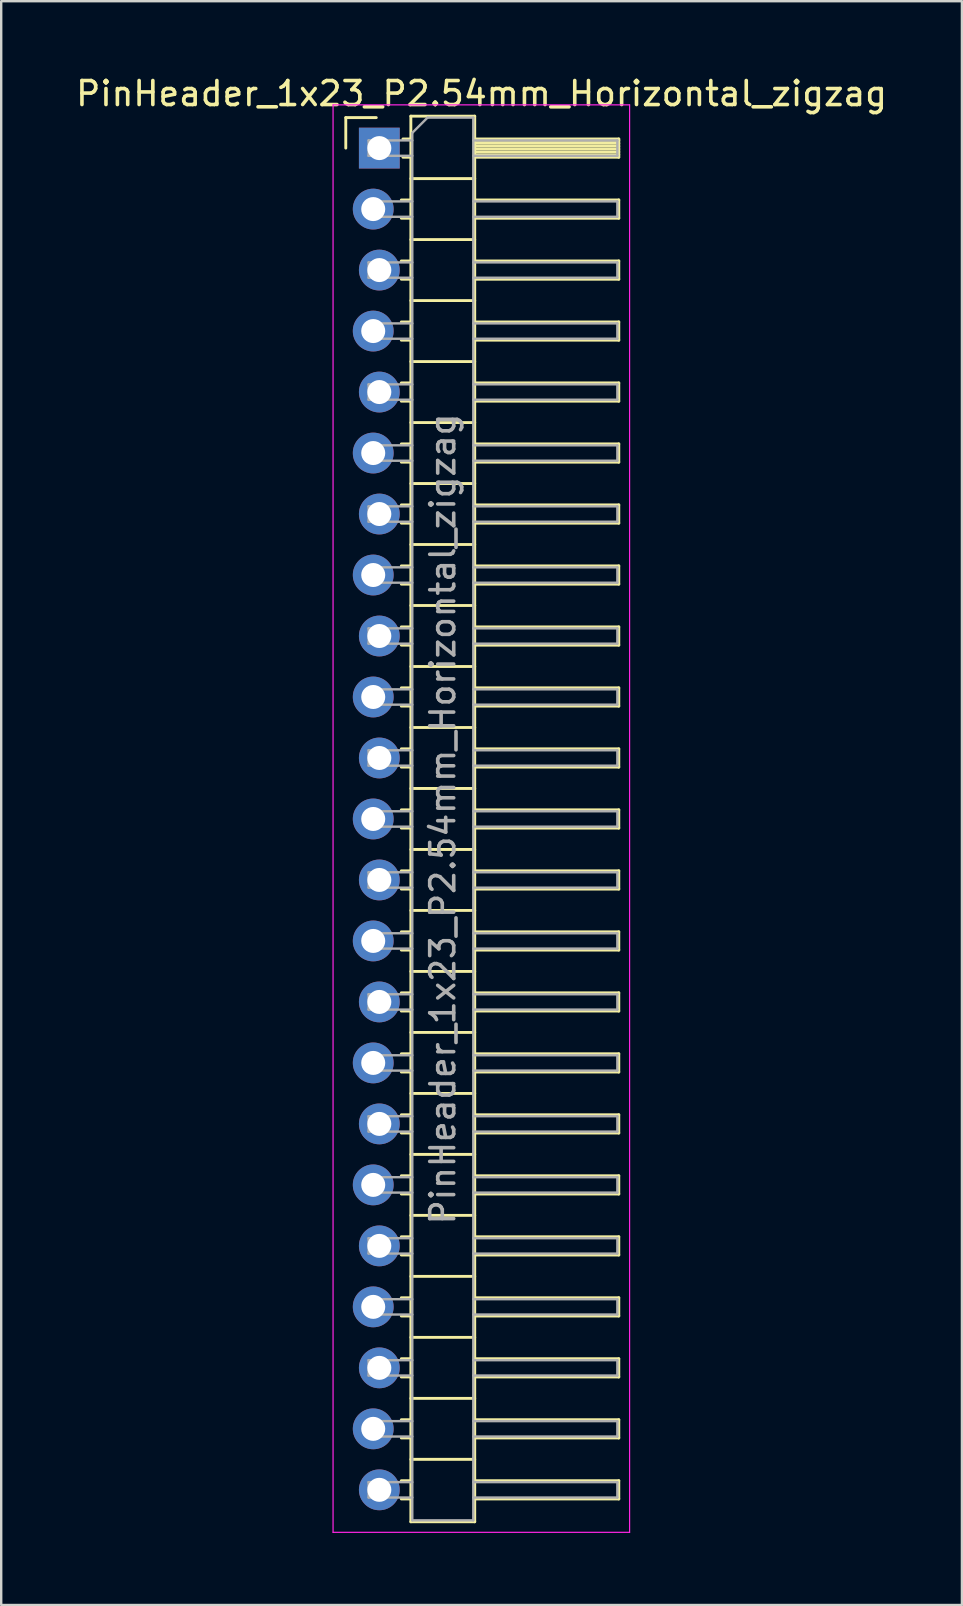
<source format=kicad_pcb>
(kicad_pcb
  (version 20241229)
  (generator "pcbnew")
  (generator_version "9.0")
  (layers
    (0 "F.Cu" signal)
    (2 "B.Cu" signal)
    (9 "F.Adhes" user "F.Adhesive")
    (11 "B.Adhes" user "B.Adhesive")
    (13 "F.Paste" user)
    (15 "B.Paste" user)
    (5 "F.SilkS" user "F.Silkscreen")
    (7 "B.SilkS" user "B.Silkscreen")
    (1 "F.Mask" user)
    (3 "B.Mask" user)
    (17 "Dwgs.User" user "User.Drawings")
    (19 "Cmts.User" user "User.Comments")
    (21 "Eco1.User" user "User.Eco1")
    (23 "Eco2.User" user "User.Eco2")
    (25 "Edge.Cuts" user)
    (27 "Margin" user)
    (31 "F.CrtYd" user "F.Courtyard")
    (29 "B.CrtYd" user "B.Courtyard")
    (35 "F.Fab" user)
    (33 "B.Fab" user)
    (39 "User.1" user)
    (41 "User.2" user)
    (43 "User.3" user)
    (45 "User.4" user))
  (footprint "PinHeader_1x23_P2.54mm_Horizontal_zigzag"
    (layer "F.Cu")
    (at 12.621 3.118)
    (property "Reference" "PinHeader_1x23_P2.54mm_Horizontal_zigzag" (at 4.385 -2.27 0) (layer "F.SilkS") (effects (font (size 1 1) (thickness 0.15))))
    (attr through_hole)
    (fp_line (start -1.27 -1.27) (end 0 -1.27) (stroke (width 0.12) (type solid)) (layer "F.SilkS"))
    (fp_line (start -1.27 0) (end -1.27 -1.27) (stroke (width 0.12) (type solid)) (layer "F.SilkS"))
    (fp_line (start 1.043 2.16) (end 1.44 2.16) (stroke (width 0.12) (type solid)) (layer "F.SilkS"))
    (fp_line (start 1.043 2.92) (end 1.44 2.92) (stroke (width 0.12) (type solid)) (layer "F.SilkS"))
    (fp_line (start 1.043 4.7) (end 1.44 4.7) (stroke (width 0.12) (type solid)) (layer "F.SilkS"))
    (fp_line (start 1.043 5.46) (end 1.44 5.46) (stroke (width 0.12) (type solid)) (layer "F.SilkS"))
    (fp_line (start 1.043 7.24) (end 1.44 7.24) (stroke (width 0.12) (type solid)) (layer "F.SilkS"))
    (fp_line (start 1.043 8) (end 1.44 8) (stroke (width 0.12) (type solid)) (layer "F.SilkS"))
    (fp_line (start 1.043 9.78) (end 1.44 9.78) (stroke (width 0.12) (type solid)) (layer "F.SilkS"))
    (fp_line (start 1.043 10.54) (end 1.44 10.54) (stroke (width 0.12) (type solid)) (layer "F.SilkS"))
    (fp_line (start 1.043 12.32) (end 1.44 12.32) (stroke (width 0.12) (type solid)) (layer "F.SilkS"))
    (fp_line (start 1.043 13.08) (end 1.44 13.08) (stroke (width 0.12) (type solid)) (layer "F.SilkS"))
    (fp_line (start 1.043 14.86) (end 1.44 14.86) (stroke (width 0.12) (type solid)) (layer "F.SilkS"))
    (fp_line (start 1.043 15.62) (end 1.44 15.62) (stroke (width 0.12) (type solid)) (layer "F.SilkS"))
    (fp_line (start 1.043 17.4) (end 1.44 17.4) (stroke (width 0.12) (type solid)) (layer "F.SilkS"))
    (fp_line (start 1.043 18.16) (end 1.44 18.16) (stroke (width 0.12) (type solid)) (layer "F.SilkS"))
    (fp_line (start 1.043 19.94) (end 1.44 19.94) (stroke (width 0.12) (type solid)) (layer "F.SilkS"))
    (fp_line (start 1.043 20.7) (end 1.44 20.7) (stroke (width 0.12) (type solid)) (layer "F.SilkS"))
    (fp_line (start 1.043 22.48) (end 1.44 22.48) (stroke (width 0.12) (type solid)) (layer "F.SilkS"))
    (fp_line (start 1.043 23.24) (end 1.44 23.24) (stroke (width 0.12) (type solid)) (layer "F.SilkS"))
    (fp_line (start 1.043 25.02) (end 1.44 25.02) (stroke (width 0.12) (type solid)) (layer "F.SilkS"))
    (fp_line (start 1.043 25.78) (end 1.44 25.78) (stroke (width 0.12) (type solid)) (layer "F.SilkS"))
    (fp_line (start 1.043 27.56) (end 1.44 27.56) (stroke (width 0.12) (type solid)) (layer "F.SilkS"))
    (fp_line (start 1.043 28.32) (end 1.44 28.32) (stroke (width 0.12) (type solid)) (layer "F.SilkS"))
    (fp_line (start 1.043 30.1) (end 1.44 30.1) (stroke (width 0.12) (type solid)) (layer "F.SilkS"))
    (fp_line (start 1.043 30.86) (end 1.44 30.86) (stroke (width 0.12) (type solid)) (layer "F.SilkS"))
    (fp_line (start 1.043 32.64) (end 1.44 32.64) (stroke (width 0.12) (type solid)) (layer "F.SilkS"))
    (fp_line (start 1.043 33.4) (end 1.44 33.4) (stroke (width 0.12) (type solid)) (layer "F.SilkS"))
    (fp_line (start 1.043 35.18) (end 1.44 35.18) (stroke (width 0.12) (type solid)) (layer "F.SilkS"))
    (fp_line (start 1.043 35.94) (end 1.44 35.94) (stroke (width 0.12) (type solid)) (layer "F.SilkS"))
    (fp_line (start 1.043 37.72) (end 1.44 37.72) (stroke (width 0.12) (type solid)) (layer "F.SilkS"))
    (fp_line (start 1.043 38.48) (end 1.44 38.48) (stroke (width 0.12) (type solid)) (layer "F.SilkS"))
    (fp_line (start 1.043 40.26) (end 1.44 40.26) (stroke (width 0.12) (type solid)) (layer "F.SilkS"))
    (fp_line (start 1.043 41.02) (end 1.44 41.02) (stroke (width 0.12) (type solid)) (layer "F.SilkS"))
    (fp_line (start 1.043 42.8) (end 1.44 42.8) (stroke (width 0.12) (type solid)) (layer "F.SilkS"))
    (fp_line (start 1.043 43.56) (end 1.44 43.56) (stroke (width 0.12) (type solid)) (layer "F.SilkS"))
    (fp_line (start 1.043 45.34) (end 1.44 45.34) (stroke (width 0.12) (type solid)) (layer "F.SilkS"))
    (fp_line (start 1.043 46.1) (end 1.44 46.1) (stroke (width 0.12) (type solid)) (layer "F.SilkS"))
    (fp_line (start 1.043 47.88) (end 1.44 47.88) (stroke (width 0.12) (type solid)) (layer "F.SilkS"))
    (fp_line (start 1.043 48.64) (end 1.44 48.64) (stroke (width 0.12) (type solid)) (layer "F.SilkS"))
    (fp_line (start 1.043 50.42) (end 1.44 50.42) (stroke (width 0.12) (type solid)) (layer "F.SilkS"))
    (fp_line (start 1.043 51.18) (end 1.44 51.18) (stroke (width 0.12) (type solid)) (layer "F.SilkS"))
    (fp_line (start 1.043 52.96) (end 1.44 52.96) (stroke (width 0.12) (type solid)) (layer "F.SilkS"))
    (fp_line (start 1.043 53.72) (end 1.44 53.72) (stroke (width 0.12) (type solid)) (layer "F.SilkS"))
    (fp_line (start 1.043 55.5) (end 1.44 55.5) (stroke (width 0.12) (type solid)) (layer "F.SilkS"))
    (fp_line (start 1.043 56.26) (end 1.44 56.26) (stroke (width 0.12) (type solid)) (layer "F.SilkS"))
    (fp_line (start 1.11 -0.38) (end 1.44 -0.38) (stroke (width 0.12) (type solid)) (layer "F.SilkS"))
    (fp_line (start 1.11 0.38) (end 1.44 0.38) (stroke (width 0.12) (type solid)) (layer "F.SilkS"))
    (fp_line (start 1.44 -1.33) (end 1.44 57.21) (stroke (width 0.12) (type solid)) (layer "F.SilkS"))
    (fp_line (start 1.44 1.27) (end 4.1 1.27) (stroke (width 0.12) (type solid)) (layer "F.SilkS"))
    (fp_line (start 1.44 3.81) (end 4.1 3.81) (stroke (width 0.12) (type solid)) (layer "F.SilkS"))
    (fp_line (start 1.44 6.35) (end 4.1 6.35) (stroke (width 0.12) (type solid)) (layer "F.SilkS"))
    (fp_line (start 1.44 8.89) (end 4.1 8.89) (stroke (width 0.12) (type solid)) (layer "F.SilkS"))
    (fp_line (start 1.44 11.43) (end 4.1 11.43) (stroke (width 0.12) (type solid)) (layer "F.SilkS"))
    (fp_line (start 1.44 13.97) (end 4.1 13.97) (stroke (width 0.12) (type solid)) (layer "F.SilkS"))
    (fp_line (start 1.44 16.51) (end 4.1 16.51) (stroke (width 0.12) (type solid)) (layer "F.SilkS"))
    (fp_line (start 1.44 19.05) (end 4.1 19.05) (stroke (width 0.12) (type solid)) (layer "F.SilkS"))
    (fp_line (start 1.44 21.59) (end 4.1 21.59) (stroke (width 0.12) (type solid)) (layer "F.SilkS"))
    (fp_line (start 1.44 24.13) (end 4.1 24.13) (stroke (width 0.12) (type solid)) (layer "F.SilkS"))
    (fp_line (start 1.44 26.67) (end 4.1 26.67) (stroke (width 0.12) (type solid)) (layer "F.SilkS"))
    (fp_line (start 1.44 29.21) (end 4.1 29.21) (stroke (width 0.12) (type solid)) (layer "F.SilkS"))
    (fp_line (start 1.44 31.75) (end 4.1 31.75) (stroke (width 0.12) (type solid)) (layer "F.SilkS"))
    (fp_line (start 1.44 34.29) (end 4.1 34.29) (stroke (width 0.12) (type solid)) (layer "F.SilkS"))
    (fp_line (start 1.44 36.83) (end 4.1 36.83) (stroke (width 0.12) (type solid)) (layer "F.SilkS"))
    (fp_line (start 1.44 39.37) (end 4.1 39.37) (stroke (width 0.12) (type solid)) (layer "F.SilkS"))
    (fp_line (start 1.44 41.91) (end 4.1 41.91) (stroke (width 0.12) (type solid)) (layer "F.SilkS"))
    (fp_line (start 1.44 44.45) (end 4.1 44.45) (stroke (width 0.12) (type solid)) (layer "F.SilkS"))
    (fp_line (start 1.44 46.99) (end 4.1 46.99) (stroke (width 0.12) (type solid)) (layer "F.SilkS"))
    (fp_line (start 1.44 49.53) (end 4.1 49.53) (stroke (width 0.12) (type solid)) (layer "F.SilkS"))
    (fp_line (start 1.44 52.07) (end 4.1 52.07) (stroke (width 0.12) (type solid)) (layer "F.SilkS"))
    (fp_line (start 1.44 54.61) (end 4.1 54.61) (stroke (width 0.12) (type solid)) (layer "F.SilkS"))
    (fp_line (start 1.44 57.21) (end 4.1 57.21) (stroke (width 0.12) (type solid)) (layer "F.SilkS"))
    (fp_line (start 4.1 -1.33) (end 1.44 -1.33) (stroke (width 0.12) (type solid)) (layer "F.SilkS"))
    (fp_line (start 4.1 -0.38) (end 10.1 -0.38) (stroke (width 0.12) (type solid)) (layer "F.SilkS"))
    (fp_line (start 4.1 -0.32) (end 10.1 -0.32) (stroke (width 0.12) (type solid)) (layer "F.SilkS"))
    (fp_line (start 4.1 -0.2) (end 10.1 -0.2) (stroke (width 0.12) (type solid)) (layer "F.SilkS"))
    (fp_line (start 4.1 -0.08) (end 10.1 -0.08) (stroke (width 0.12) (type solid)) (layer "F.SilkS"))
    (fp_line (start 4.1 0.04) (end 10.1 0.04) (stroke (width 0.12) (type solid)) (layer "F.SilkS"))
    (fp_line (start 4.1 0.16) (end 10.1 0.16) (stroke (width 0.12) (type solid)) (layer "F.SilkS"))
    (fp_line (start 4.1 0.28) (end 10.1 0.28) (stroke (width 0.12) (type solid)) (layer "F.SilkS"))
    (fp_line (start 4.1 2.16) (end 10.1 2.16) (stroke (width 0.12) (type solid)) (layer "F.SilkS"))
    (fp_line (start 4.1 4.7) (end 10.1 4.7) (stroke (width 0.12) (type solid)) (layer "F.SilkS"))
    (fp_line (start 4.1 7.24) (end 10.1 7.24) (stroke (width 0.12) (type solid)) (layer "F.SilkS"))
    (fp_line (start 4.1 9.78) (end 10.1 9.78) (stroke (width 0.12) (type solid)) (layer "F.SilkS"))
    (fp_line (start 4.1 12.32) (end 10.1 12.32) (stroke (width 0.12) (type solid)) (layer "F.SilkS"))
    (fp_line (start 4.1 14.86) (end 10.1 14.86) (stroke (width 0.12) (type solid)) (layer "F.SilkS"))
    (fp_line (start 4.1 17.4) (end 10.1 17.4) (stroke (width 0.12) (type solid)) (layer "F.SilkS"))
    (fp_line (start 4.1 19.94) (end 10.1 19.94) (stroke (width 0.12) (type solid)) (layer "F.SilkS"))
    (fp_line (start 4.1 22.48) (end 10.1 22.48) (stroke (width 0.12) (type solid)) (layer "F.SilkS"))
    (fp_line (start 4.1 25.02) (end 10.1 25.02) (stroke (width 0.12) (type solid)) (layer "F.SilkS"))
    (fp_line (start 4.1 27.56) (end 10.1 27.56) (stroke (width 0.12) (type solid)) (layer "F.SilkS"))
    (fp_line (start 4.1 30.1) (end 10.1 30.1) (stroke (width 0.12) (type solid)) (layer "F.SilkS"))
    (fp_line (start 4.1 32.64) (end 10.1 32.64) (stroke (width 0.12) (type solid)) (layer "F.SilkS"))
    (fp_line (start 4.1 35.18) (end 10.1 35.18) (stroke (width 0.12) (type solid)) (layer "F.SilkS"))
    (fp_line (start 4.1 37.72) (end 10.1 37.72) (stroke (width 0.12) (type solid)) (layer "F.SilkS"))
    (fp_line (start 4.1 40.26) (end 10.1 40.26) (stroke (width 0.12) (type solid)) (layer "F.SilkS"))
    (fp_line (start 4.1 42.8) (end 10.1 42.8) (stroke (width 0.12) (type solid)) (layer "F.SilkS"))
    (fp_line (start 4.1 45.34) (end 10.1 45.34) (stroke (width 0.12) (type solid)) (layer "F.SilkS"))
    (fp_line (start 4.1 47.88) (end 10.1 47.88) (stroke (width 0.12) (type solid)) (layer "F.SilkS"))
    (fp_line (start 4.1 50.42) (end 10.1 50.42) (stroke (width 0.12) (type solid)) (layer "F.SilkS"))
    (fp_line (start 4.1 52.96) (end 10.1 52.96) (stroke (width 0.12) (type solid)) (layer "F.SilkS"))
    (fp_line (start 4.1 55.5) (end 10.1 55.5) (stroke (width 0.12) (type solid)) (layer "F.SilkS"))
    (fp_line (start 4.1 57.21) (end 4.1 -1.33) (stroke (width 0.12) (type solid)) (layer "F.SilkS"))
    (fp_line (start 10.1 -0.38) (end 10.1 0.38) (stroke (width 0.12) (type solid)) (layer "F.SilkS"))
    (fp_line (start 10.1 0.38) (end 4.1 0.38) (stroke (width 0.12) (type solid)) (layer "F.SilkS"))
    (fp_line (start 10.1 2.16) (end 10.1 2.92) (stroke (width 0.12) (type solid)) (layer "F.SilkS"))
    (fp_line (start 10.1 2.92) (end 4.1 2.92) (stroke (width 0.12) (type solid)) (layer "F.SilkS"))
    (fp_line (start 10.1 4.7) (end 10.1 5.46) (stroke (width 0.12) (type solid)) (layer "F.SilkS"))
    (fp_line (start 10.1 5.46) (end 4.1 5.46) (stroke (width 0.12) (type solid)) (layer "F.SilkS"))
    (fp_line (start 10.1 7.24) (end 10.1 8) (stroke (width 0.12) (type solid)) (layer "F.SilkS"))
    (fp_line (start 10.1 8) (end 4.1 8) (stroke (width 0.12) (type solid)) (layer "F.SilkS"))
    (fp_line (start 10.1 9.78) (end 10.1 10.54) (stroke (width 0.12) (type solid)) (layer "F.SilkS"))
    (fp_line (start 10.1 10.54) (end 4.1 10.54) (stroke (width 0.12) (type solid)) (layer "F.SilkS"))
    (fp_line (start 10.1 12.32) (end 10.1 13.08) (stroke (width 0.12) (type solid)) (layer "F.SilkS"))
    (fp_line (start 10.1 13.08) (end 4.1 13.08) (stroke (width 0.12) (type solid)) (layer "F.SilkS"))
    (fp_line (start 10.1 14.86) (end 10.1 15.62) (stroke (width 0.12) (type solid)) (layer "F.SilkS"))
    (fp_line (start 10.1 15.62) (end 4.1 15.62) (stroke (width 0.12) (type solid)) (layer "F.SilkS"))
    (fp_line (start 10.1 17.4) (end 10.1 18.16) (stroke (width 0.12) (type solid)) (layer "F.SilkS"))
    (fp_line (start 10.1 18.16) (end 4.1 18.16) (stroke (width 0.12) (type solid)) (layer "F.SilkS"))
    (fp_line (start 10.1 19.94) (end 10.1 20.7) (stroke (width 0.12) (type solid)) (layer "F.SilkS"))
    (fp_line (start 10.1 20.7) (end 4.1 20.7) (stroke (width 0.12) (type solid)) (layer "F.SilkS"))
    (fp_line (start 10.1 22.48) (end 10.1 23.24) (stroke (width 0.12) (type solid)) (layer "F.SilkS"))
    (fp_line (start 10.1 23.24) (end 4.1 23.24) (stroke (width 0.12) (type solid)) (layer "F.SilkS"))
    (fp_line (start 10.1 25.02) (end 10.1 25.78) (stroke (width 0.12) (type solid)) (layer "F.SilkS"))
    (fp_line (start 10.1 25.78) (end 4.1 25.78) (stroke (width 0.12) (type solid)) (layer "F.SilkS"))
    (fp_line (start 10.1 27.56) (end 10.1 28.32) (stroke (width 0.12) (type solid)) (layer "F.SilkS"))
    (fp_line (start 10.1 28.32) (end 4.1 28.32) (stroke (width 0.12) (type solid)) (layer "F.SilkS"))
    (fp_line (start 10.1 30.1) (end 10.1 30.86) (stroke (width 0.12) (type solid)) (layer "F.SilkS"))
    (fp_line (start 10.1 30.86) (end 4.1 30.86) (stroke (width 0.12) (type solid)) (layer "F.SilkS"))
    (fp_line (start 10.1 32.64) (end 10.1 33.4) (stroke (width 0.12) (type solid)) (layer "F.SilkS"))
    (fp_line (start 10.1 33.4) (end 4.1 33.4) (stroke (width 0.12) (type solid)) (layer "F.SilkS"))
    (fp_line (start 10.1 35.18) (end 10.1 35.94) (stroke (width 0.12) (type solid)) (layer "F.SilkS"))
    (fp_line (start 10.1 35.94) (end 4.1 35.94) (stroke (width 0.12) (type solid)) (layer "F.SilkS"))
    (fp_line (start 10.1 37.72) (end 10.1 38.48) (stroke (width 0.12) (type solid)) (layer "F.SilkS"))
    (fp_line (start 10.1 38.48) (end 4.1 38.48) (stroke (width 0.12) (type solid)) (layer "F.SilkS"))
    (fp_line (start 10.1 40.26) (end 10.1 41.02) (stroke (width 0.12) (type solid)) (layer "F.SilkS"))
    (fp_line (start 10.1 41.02) (end 4.1 41.02) (stroke (width 0.12) (type solid)) (layer "F.SilkS"))
    (fp_line (start 10.1 42.8) (end 10.1 43.56) (stroke (width 0.12) (type solid)) (layer "F.SilkS"))
    (fp_line (start 10.1 43.56) (end 4.1 43.56) (stroke (width 0.12) (type solid)) (layer "F.SilkS"))
    (fp_line (start 10.1 45.34) (end 10.1 46.1) (stroke (width 0.12) (type solid)) (layer "F.SilkS"))
    (fp_line (start 10.1 46.1) (end 4.1 46.1) (stroke (width 0.12) (type solid)) (layer "F.SilkS"))
    (fp_line (start 10.1 47.88) (end 10.1 48.64) (stroke (width 0.12) (type solid)) (layer "F.SilkS"))
    (fp_line (start 10.1 48.64) (end 4.1 48.64) (stroke (width 0.12) (type solid)) (layer "F.SilkS"))
    (fp_line (start 10.1 50.42) (end 10.1 51.18) (stroke (width 0.12) (type solid)) (layer "F.SilkS"))
    (fp_line (start 10.1 51.18) (end 4.1 51.18) (stroke (width 0.12) (type solid)) (layer "F.SilkS"))
    (fp_line (start 10.1 52.96) (end 10.1 53.72) (stroke (width 0.12) (type solid)) (layer "F.SilkS"))
    (fp_line (start 10.1 53.72) (end 4.1 53.72) (stroke (width 0.12) (type solid)) (layer "F.SilkS"))
    (fp_line (start 10.1 55.5) (end 10.1 56.26) (stroke (width 0.12) (type solid)) (layer "F.SilkS"))
    (fp_line (start 10.1 56.26) (end 4.1 56.26) (stroke (width 0.12) (type solid)) (layer "F.SilkS"))
    (fp_line (start -1.8 -1.8) (end -1.8 57.65) (stroke (width 0.05) (type solid)) (layer "F.CrtYd"))
    (fp_line (start -1.8 57.65) (end 10.55 57.65) (stroke (width 0.05) (type solid)) (layer "F.CrtYd"))
    (fp_line (start 10.55 -1.8) (end -1.8 -1.8) (stroke (width 0.05) (type solid)) (layer "F.CrtYd"))
    (fp_line (start 10.55 57.65) (end 10.55 -1.8) (stroke (width 0.05) (type solid)) (layer "F.CrtYd"))
    (fp_line (start -0.32 -0.32) (end -0.32 0.32) (stroke (width 0.1) (type solid)) (layer "F.Fab"))
    (fp_line (start -0.32 -0.32) (end 1.5 -0.32) (stroke (width 0.1) (type solid)) (layer "F.Fab"))
    (fp_line (start -0.32 0.32) (end 1.5 0.32) (stroke (width 0.1) (type solid)) (layer "F.Fab"))
    (fp_line (start -0.32 2.22) (end -0.32 2.86) (stroke (width 0.1) (type solid)) (layer "F.Fab"))
    (fp_line (start -0.32 2.22) (end 1.5 2.22) (stroke (width 0.1) (type solid)) (layer "F.Fab"))
    (fp_line (start -0.32 2.86) (end 1.5 2.86) (stroke (width 0.1) (type solid)) (layer "F.Fab"))
    (fp_line (start -0.32 4.76) (end -0.32 5.4) (stroke (width 0.1) (type solid)) (layer "F.Fab"))
    (fp_line (start -0.32 4.76) (end 1.5 4.76) (stroke (width 0.1) (type solid)) (layer "F.Fab"))
    (fp_line (start -0.32 5.4) (end 1.5 5.4) (stroke (width 0.1) (type solid)) (layer "F.Fab"))
    (fp_line (start -0.32 7.3) (end -0.32 7.94) (stroke (width 0.1) (type solid)) (layer "F.Fab"))
    (fp_line (start -0.32 7.3) (end 1.5 7.3) (stroke (width 0.1) (type solid)) (layer "F.Fab"))
    (fp_line (start -0.32 7.94) (end 1.5 7.94) (stroke (width 0.1) (type solid)) (layer "F.Fab"))
    (fp_line (start -0.32 9.84) (end -0.32 10.48) (stroke (width 0.1) (type solid)) (layer "F.Fab"))
    (fp_line (start -0.32 9.84) (end 1.5 9.84) (stroke (width 0.1) (type solid)) (layer "F.Fab"))
    (fp_line (start -0.32 10.48) (end 1.5 10.48) (stroke (width 0.1) (type solid)) (layer "F.Fab"))
    (fp_line (start -0.32 12.38) (end -0.32 13.02) (stroke (width 0.1) (type solid)) (layer "F.Fab"))
    (fp_line (start -0.32 12.38) (end 1.5 12.38) (stroke (width 0.1) (type solid)) (layer "F.Fab"))
    (fp_line (start -0.32 13.02) (end 1.5 13.02) (stroke (width 0.1) (type solid)) (layer "F.Fab"))
    (fp_line (start -0.32 14.92) (end -0.32 15.56) (stroke (width 0.1) (type solid)) (layer "F.Fab"))
    (fp_line (start -0.32 14.92) (end 1.5 14.92) (stroke (width 0.1) (type solid)) (layer "F.Fab"))
    (fp_line (start -0.32 15.56) (end 1.5 15.56) (stroke (width 0.1) (type solid)) (layer "F.Fab"))
    (fp_line (start -0.32 17.46) (end -0.32 18.1) (stroke (width 0.1) (type solid)) (layer "F.Fab"))
    (fp_line (start -0.32 17.46) (end 1.5 17.46) (stroke (width 0.1) (type solid)) (layer "F.Fab"))
    (fp_line (start -0.32 18.1) (end 1.5 18.1) (stroke (width 0.1) (type solid)) (layer "F.Fab"))
    (fp_line (start -0.32 20) (end -0.32 20.64) (stroke (width 0.1) (type solid)) (layer "F.Fab"))
    (fp_line (start -0.32 20) (end 1.5 20) (stroke (width 0.1) (type solid)) (layer "F.Fab"))
    (fp_line (start -0.32 20.64) (end 1.5 20.64) (stroke (width 0.1) (type solid)) (layer "F.Fab"))
    (fp_line (start -0.32 22.54) (end -0.32 23.18) (stroke (width 0.1) (type solid)) (layer "F.Fab"))
    (fp_line (start -0.32 22.54) (end 1.5 22.54) (stroke (width 0.1) (type solid)) (layer "F.Fab"))
    (fp_line (start -0.32 23.18) (end 1.5 23.18) (stroke (width 0.1) (type solid)) (layer "F.Fab"))
    (fp_line (start -0.32 25.08) (end -0.32 25.72) (stroke (width 0.1) (type solid)) (layer "F.Fab"))
    (fp_line (start -0.32 25.08) (end 1.5 25.08) (stroke (width 0.1) (type solid)) (layer "F.Fab"))
    (fp_line (start -0.32 25.72) (end 1.5 25.72) (stroke (width 0.1) (type solid)) (layer "F.Fab"))
    (fp_line (start -0.32 27.62) (end -0.32 28.26) (stroke (width 0.1) (type solid)) (layer "F.Fab"))
    (fp_line (start -0.32 27.62) (end 1.5 27.62) (stroke (width 0.1) (type solid)) (layer "F.Fab"))
    (fp_line (start -0.32 28.26) (end 1.5 28.26) (stroke (width 0.1) (type solid)) (layer "F.Fab"))
    (fp_line (start -0.32 30.16) (end -0.32 30.8) (stroke (width 0.1) (type solid)) (layer "F.Fab"))
    (fp_line (start -0.32 30.16) (end 1.5 30.16) (stroke (width 0.1) (type solid)) (layer "F.Fab"))
    (fp_line (start -0.32 30.8) (end 1.5 30.8) (stroke (width 0.1) (type solid)) (layer "F.Fab"))
    (fp_line (start -0.32 32.7) (end -0.32 33.34) (stroke (width 0.1) (type solid)) (layer "F.Fab"))
    (fp_line (start -0.32 32.7) (end 1.5 32.7) (stroke (width 0.1) (type solid)) (layer "F.Fab"))
    (fp_line (start -0.32 33.34) (end 1.5 33.34) (stroke (width 0.1) (type solid)) (layer "F.Fab"))
    (fp_line (start -0.32 35.24) (end -0.32 35.88) (stroke (width 0.1) (type solid)) (layer "F.Fab"))
    (fp_line (start -0.32 35.24) (end 1.5 35.24) (stroke (width 0.1) (type solid)) (layer "F.Fab"))
    (fp_line (start -0.32 35.88) (end 1.5 35.88) (stroke (width 0.1) (type solid)) (layer "F.Fab"))
    (fp_line (start -0.32 37.78) (end -0.32 38.42) (stroke (width 0.1) (type solid)) (layer "F.Fab"))
    (fp_line (start -0.32 37.78) (end 1.5 37.78) (stroke (width 0.1) (type solid)) (layer "F.Fab"))
    (fp_line (start -0.32 38.42) (end 1.5 38.42) (stroke (width 0.1) (type solid)) (layer "F.Fab"))
    (fp_line (start -0.32 40.32) (end -0.32 40.96) (stroke (width 0.1) (type solid)) (layer "F.Fab"))
    (fp_line (start -0.32 40.32) (end 1.5 40.32) (stroke (width 0.1) (type solid)) (layer "F.Fab"))
    (fp_line (start -0.32 40.96) (end 1.5 40.96) (stroke (width 0.1) (type solid)) (layer "F.Fab"))
    (fp_line (start -0.32 42.86) (end -0.32 43.5) (stroke (width 0.1) (type solid)) (layer "F.Fab"))
    (fp_line (start -0.32 42.86) (end 1.5 42.86) (stroke (width 0.1) (type solid)) (layer "F.Fab"))
    (fp_line (start -0.32 43.5) (end 1.5 43.5) (stroke (width 0.1) (type solid)) (layer "F.Fab"))
    (fp_line (start -0.32 45.4) (end -0.32 46.04) (stroke (width 0.1) (type solid)) (layer "F.Fab"))
    (fp_line (start -0.32 45.4) (end 1.5 45.4) (stroke (width 0.1) (type solid)) (layer "F.Fab"))
    (fp_line (start -0.32 46.04) (end 1.5 46.04) (stroke (width 0.1) (type solid)) (layer "F.Fab"))
    (fp_line (start -0.32 47.94) (end -0.32 48.58) (stroke (width 0.1) (type solid)) (layer "F.Fab"))
    (fp_line (start -0.32 47.94) (end 1.5 47.94) (stroke (width 0.1) (type solid)) (layer "F.Fab"))
    (fp_line (start -0.32 48.58) (end 1.5 48.58) (stroke (width 0.1) (type solid)) (layer "F.Fab"))
    (fp_line (start -0.32 50.48) (end -0.32 51.12) (stroke (width 0.1) (type solid)) (layer "F.Fab"))
    (fp_line (start -0.32 50.48) (end 1.5 50.48) (stroke (width 0.1) (type solid)) (layer "F.Fab"))
    (fp_line (start -0.32 51.12) (end 1.5 51.12) (stroke (width 0.1) (type solid)) (layer "F.Fab"))
    (fp_line (start -0.32 53.02) (end -0.32 53.66) (stroke (width 0.1) (type solid)) (layer "F.Fab"))
    (fp_line (start -0.32 53.02) (end 1.5 53.02) (stroke (width 0.1) (type solid)) (layer "F.Fab"))
    (fp_line (start -0.32 53.66) (end 1.5 53.66) (stroke (width 0.1) (type solid)) (layer "F.Fab"))
    (fp_line (start -0.32 55.56) (end -0.32 56.2) (stroke (width 0.1) (type solid)) (layer "F.Fab"))
    (fp_line (start -0.32 55.56) (end 1.5 55.56) (stroke (width 0.1) (type solid)) (layer "F.Fab"))
    (fp_line (start -0.32 56.2) (end 1.5 56.2) (stroke (width 0.1) (type solid)) (layer "F.Fab"))
    (fp_line (start 1.5 -0.635) (end 2.135 -1.27) (stroke (width 0.1) (type solid)) (layer "F.Fab"))
    (fp_line (start 1.5 57.15) (end 1.5 -0.635) (stroke (width 0.1) (type solid)) (layer "F.Fab"))
    (fp_line (start 2.135 -1.27) (end 4.04 -1.27) (stroke (width 0.1) (type solid)) (layer "F.Fab"))
    (fp_line (start 4.04 -1.27) (end 4.04 57.15) (stroke (width 0.1) (type solid)) (layer "F.Fab"))
    (fp_line (start 4.04 -0.32) (end 10.04 -0.32) (stroke (width 0.1) (type solid)) (layer "F.Fab"))
    (fp_line (start 4.04 0.32) (end 10.04 0.32) (stroke (width 0.1) (type solid)) (layer "F.Fab"))
    (fp_line (start 4.04 2.22) (end 10.04 2.22) (stroke (width 0.1) (type solid)) (layer "F.Fab"))
    (fp_line (start 4.04 2.86) (end 10.04 2.86) (stroke (width 0.1) (type solid)) (layer "F.Fab"))
    (fp_line (start 4.04 4.76) (end 10.04 4.76) (stroke (width 0.1) (type solid)) (layer "F.Fab"))
    (fp_line (start 4.04 5.4) (end 10.04 5.4) (stroke (width 0.1) (type solid)) (layer "F.Fab"))
    (fp_line (start 4.04 7.3) (end 10.04 7.3) (stroke (width 0.1) (type solid)) (layer "F.Fab"))
    (fp_line (start 4.04 7.94) (end 10.04 7.94) (stroke (width 0.1) (type solid)) (layer "F.Fab"))
    (fp_line (start 4.04 9.84) (end 10.04 9.84) (stroke (width 0.1) (type solid)) (layer "F.Fab"))
    (fp_line (start 4.04 10.48) (end 10.04 10.48) (stroke (width 0.1) (type solid)) (layer "F.Fab"))
    (fp_line (start 4.04 12.38) (end 10.04 12.38) (stroke (width 0.1) (type solid)) (layer "F.Fab"))
    (fp_line (start 4.04 13.02) (end 10.04 13.02) (stroke (width 0.1) (type solid)) (layer "F.Fab"))
    (fp_line (start 4.04 14.92) (end 10.04 14.92) (stroke (width 0.1) (type solid)) (layer "F.Fab"))
    (fp_line (start 4.04 15.56) (end 10.04 15.56) (stroke (width 0.1) (type solid)) (layer "F.Fab"))
    (fp_line (start 4.04 17.46) (end 10.04 17.46) (stroke (width 0.1) (type solid)) (layer "F.Fab"))
    (fp_line (start 4.04 18.1) (end 10.04 18.1) (stroke (width 0.1) (type solid)) (layer "F.Fab"))
    (fp_line (start 4.04 20) (end 10.04 20) (stroke (width 0.1) (type solid)) (layer "F.Fab"))
    (fp_line (start 4.04 20.64) (end 10.04 20.64) (stroke (width 0.1) (type solid)) (layer "F.Fab"))
    (fp_line (start 4.04 22.54) (end 10.04 22.54) (stroke (width 0.1) (type solid)) (layer "F.Fab"))
    (fp_line (start 4.04 23.18) (end 10.04 23.18) (stroke (width 0.1) (type solid)) (layer "F.Fab"))
    (fp_line (start 4.04 25.08) (end 10.04 25.08) (stroke (width 0.1) (type solid)) (layer "F.Fab"))
    (fp_line (start 4.04 25.72) (end 10.04 25.72) (stroke (width 0.1) (type solid)) (layer "F.Fab"))
    (fp_line (start 4.04 27.62) (end 10.04 27.62) (stroke (width 0.1) (type solid)) (layer "F.Fab"))
    (fp_line (start 4.04 28.26) (end 10.04 28.26) (stroke (width 0.1) (type solid)) (layer "F.Fab"))
    (fp_line (start 4.04 30.16) (end 10.04 30.16) (stroke (width 0.1) (type solid)) (layer "F.Fab"))
    (fp_line (start 4.04 30.8) (end 10.04 30.8) (stroke (width 0.1) (type solid)) (layer "F.Fab"))
    (fp_line (start 4.04 32.7) (end 10.04 32.7) (stroke (width 0.1) (type solid)) (layer "F.Fab"))
    (fp_line (start 4.04 33.34) (end 10.04 33.34) (stroke (width 0.1) (type solid)) (layer "F.Fab"))
    (fp_line (start 4.04 35.24) (end 10.04 35.24) (stroke (width 0.1) (type solid)) (layer "F.Fab"))
    (fp_line (start 4.04 35.88) (end 10.04 35.88) (stroke (width 0.1) (type solid)) (layer "F.Fab"))
    (fp_line (start 4.04 37.78) (end 10.04 37.78) (stroke (width 0.1) (type solid)) (layer "F.Fab"))
    (fp_line (start 4.04 38.42) (end 10.04 38.42) (stroke (width 0.1) (type solid)) (layer "F.Fab"))
    (fp_line (start 4.04 40.32) (end 10.04 40.32) (stroke (width 0.1) (type solid)) (layer "F.Fab"))
    (fp_line (start 4.04 40.96) (end 10.04 40.96) (stroke (width 0.1) (type solid)) (layer "F.Fab"))
    (fp_line (start 4.04 42.86) (end 10.04 42.86) (stroke (width 0.1) (type solid)) (layer "F.Fab"))
    (fp_line (start 4.04 43.5) (end 10.04 43.5) (stroke (width 0.1) (type solid)) (layer "F.Fab"))
    (fp_line (start 4.04 45.4) (end 10.04 45.4) (stroke (width 0.1) (type solid)) (layer "F.Fab"))
    (fp_line (start 4.04 46.04) (end 10.04 46.04) (stroke (width 0.1) (type solid)) (layer "F.Fab"))
    (fp_line (start 4.04 47.94) (end 10.04 47.94) (stroke (width 0.1) (type solid)) (layer "F.Fab"))
    (fp_line (start 4.04 48.58) (end 10.04 48.58) (stroke (width 0.1) (type solid)) (layer "F.Fab"))
    (fp_line (start 4.04 50.48) (end 10.04 50.48) (stroke (width 0.1) (type solid)) (layer "F.Fab"))
    (fp_line (start 4.04 51.12) (end 10.04 51.12) (stroke (width 0.1) (type solid)) (layer "F.Fab"))
    (fp_line (start 4.04 53.02) (end 10.04 53.02) (stroke (width 0.1) (type solid)) (layer "F.Fab"))
    (fp_line (start 4.04 53.66) (end 10.04 53.66) (stroke (width 0.1) (type solid)) (layer "F.Fab"))
    (fp_line (start 4.04 55.56) (end 10.04 55.56) (stroke (width 0.1) (type solid)) (layer "F.Fab"))
    (fp_line (start 4.04 56.2) (end 10.04 56.2) (stroke (width 0.1) (type solid)) (layer "F.Fab"))
    (fp_line (start 4.04 57.15) (end 1.5 57.15) (stroke (width 0.1) (type solid)) (layer "F.Fab"))
    (fp_line (start 10.04 -0.32) (end 10.04 0.32) (stroke (width 0.1) (type solid)) (layer "F.Fab"))
    (fp_line (start 10.04 2.22) (end 10.04 2.86) (stroke (width 0.1) (type solid)) (layer "F.Fab"))
    (fp_line (start 10.04 4.76) (end 10.04 5.4) (stroke (width 0.1) (type solid)) (layer "F.Fab"))
    (fp_line (start 10.04 7.3) (end 10.04 7.94) (stroke (width 0.1) (type solid)) (layer "F.Fab"))
    (fp_line (start 10.04 9.84) (end 10.04 10.48) (stroke (width 0.1) (type solid)) (layer "F.Fab"))
    (fp_line (start 10.04 12.38) (end 10.04 13.02) (stroke (width 0.1) (type solid)) (layer "F.Fab"))
    (fp_line (start 10.04 14.92) (end 10.04 15.56) (stroke (width 0.1) (type solid)) (layer "F.Fab"))
    (fp_line (start 10.04 17.46) (end 10.04 18.1) (stroke (width 0.1) (type solid)) (layer "F.Fab"))
    (fp_line (start 10.04 20) (end 10.04 20.64) (stroke (width 0.1) (type solid)) (layer "F.Fab"))
    (fp_line (start 10.04 22.54) (end 10.04 23.18) (stroke (width 0.1) (type solid)) (layer "F.Fab"))
    (fp_line (start 10.04 25.08) (end 10.04 25.72) (stroke (width 0.1) (type solid)) (layer "F.Fab"))
    (fp_line (start 10.04 27.62) (end 10.04 28.26) (stroke (width 0.1) (type solid)) (layer "F.Fab"))
    (fp_line (start 10.04 30.16) (end 10.04 30.8) (stroke (width 0.1) (type solid)) (layer "F.Fab"))
    (fp_line (start 10.04 32.7) (end 10.04 33.34) (stroke (width 0.1) (type solid)) (layer "F.Fab"))
    (fp_line (start 10.04 35.24) (end 10.04 35.88) (stroke (width 0.1) (type solid)) (layer "F.Fab"))
    (fp_line (start 10.04 37.78) (end 10.04 38.42) (stroke (width 0.1) (type solid)) (layer "F.Fab"))
    (fp_line (start 10.04 40.32) (end 10.04 40.96) (stroke (width 0.1) (type solid)) (layer "F.Fab"))
    (fp_line (start 10.04 42.86) (end 10.04 43.5) (stroke (width 0.1) (type solid)) (layer "F.Fab"))
    (fp_line (start 10.04 45.4) (end 10.04 46.04) (stroke (width 0.1) (type solid)) (layer "F.Fab"))
    (fp_line (start 10.04 47.94) (end 10.04 48.58) (stroke (width 0.1) (type solid)) (layer "F.Fab"))
    (fp_line (start 10.04 50.48) (end 10.04 51.12) (stroke (width 0.1) (type solid)) (layer "F.Fab"))
    (fp_line (start 10.04 53.02) (end 10.04 53.66) (stroke (width 0.1) (type solid)) (layer "F.Fab"))
    (fp_line (start 10.04 55.56) (end 10.04 56.2) (stroke (width 0.1) (type solid)) (layer "F.Fab"))
    (fp_text user "${REFERENCE}" (at 2.77 27.94 90) (layer "F.Fab") (effects (font (size 1 1) (thickness 0.15))))
    (pad "1" thru_hole rect (at 0.127 0) (size 1.7 1.7) (drill 1) (layers "*.Cu" "*.Mask"))
    (pad "2" thru_hole oval (at -0.127 2.54) (size 1.7 1.7) (drill 1) (layers "*.Cu" "*.Mask"))
    (pad "3" thru_hole oval (at 0.127 5.08) (size 1.7 1.7) (drill 1) (layers "*.Cu" "*.Mask"))
    (pad "4" thru_hole oval (at -0.127 7.62) (size 1.7 1.7) (drill 1) (layers "*.Cu" "*.Mask"))
    (pad "5" thru_hole oval (at 0.127 10.16) (size 1.7 1.7) (drill 1) (layers "*.Cu" "*.Mask"))
    (pad "6" thru_hole oval (at -0.127 12.7) (size 1.7 1.7) (drill 1) (layers "*.Cu" "*.Mask"))
    (pad "7" thru_hole oval (at 0.127 15.24) (size 1.7 1.7) (drill 1) (layers "*.Cu" "*.Mask"))
    (pad "8" thru_hole oval (at -0.127 17.78) (size 1.7 1.7) (drill 1) (layers "*.Cu" "*.Mask"))
    (pad "9" thru_hole oval (at 0.127 20.32) (size 1.7 1.7) (drill 1) (layers "*.Cu" "*.Mask"))
    (pad "10" thru_hole oval (at -0.127 22.86) (size 1.7 1.7) (drill 1) (layers "*.Cu" "*.Mask"))
    (pad "11" thru_hole oval (at 0.127 25.4) (size 1.7 1.7) (drill 1) (layers "*.Cu" "*.Mask"))
    (pad "12" thru_hole oval (at -0.127 27.94) (size 1.7 1.7) (drill 1) (layers "*.Cu" "*.Mask"))
    (pad "13" thru_hole oval (at 0.127 30.48) (size 1.7 1.7) (drill 1) (layers "*.Cu" "*.Mask"))
    (pad "14" thru_hole oval (at -0.127 33.02) (size 1.7 1.7) (drill 1) (layers "*.Cu" "*.Mask"))
    (pad "15" thru_hole oval (at 0.127 35.56) (size 1.7 1.7) (drill 1) (layers "*.Cu" "*.Mask"))
    (pad "16" thru_hole oval (at -0.127 38.1) (size 1.7 1.7) (drill 1) (layers "*.Cu" "*.Mask"))
    (pad "17" thru_hole oval (at 0.127 40.64) (size 1.7 1.7) (drill 1) (layers "*.Cu" "*.Mask"))
    (pad "18" thru_hole oval (at -0.127 43.18) (size 1.7 1.7) (drill 1) (layers "*.Cu" "*.Mask"))
    (pad "19" thru_hole oval (at 0.127 45.72) (size 1.7 1.7) (drill 1) (layers "*.Cu" "*.Mask"))
    (pad "20" thru_hole oval (at -0.127 48.26) (size 1.7 1.7) (drill 1) (layers "*.Cu" "*.Mask"))
    (pad "21" thru_hole oval (at 0.127 50.8) (size 1.7 1.7) (drill 1) (layers "*.Cu" "*.Mask"))
    (pad "22" thru_hole oval (at -0.127 53.34) (size 1.7 1.7) (drill 1) (layers "*.Cu" "*.Mask"))
    (pad "23" thru_hole oval (at 0.127 55.88) (size 1.7 1.7) (drill 1) (layers "*.Cu" "*.Mask")))
  (gr_rect
    (start -3 -3)
    (end 37.012 63.793)
    (stroke (width 0.1) (type default))
    (fill no)
    (layer "Edge.Cuts")))
</source>
